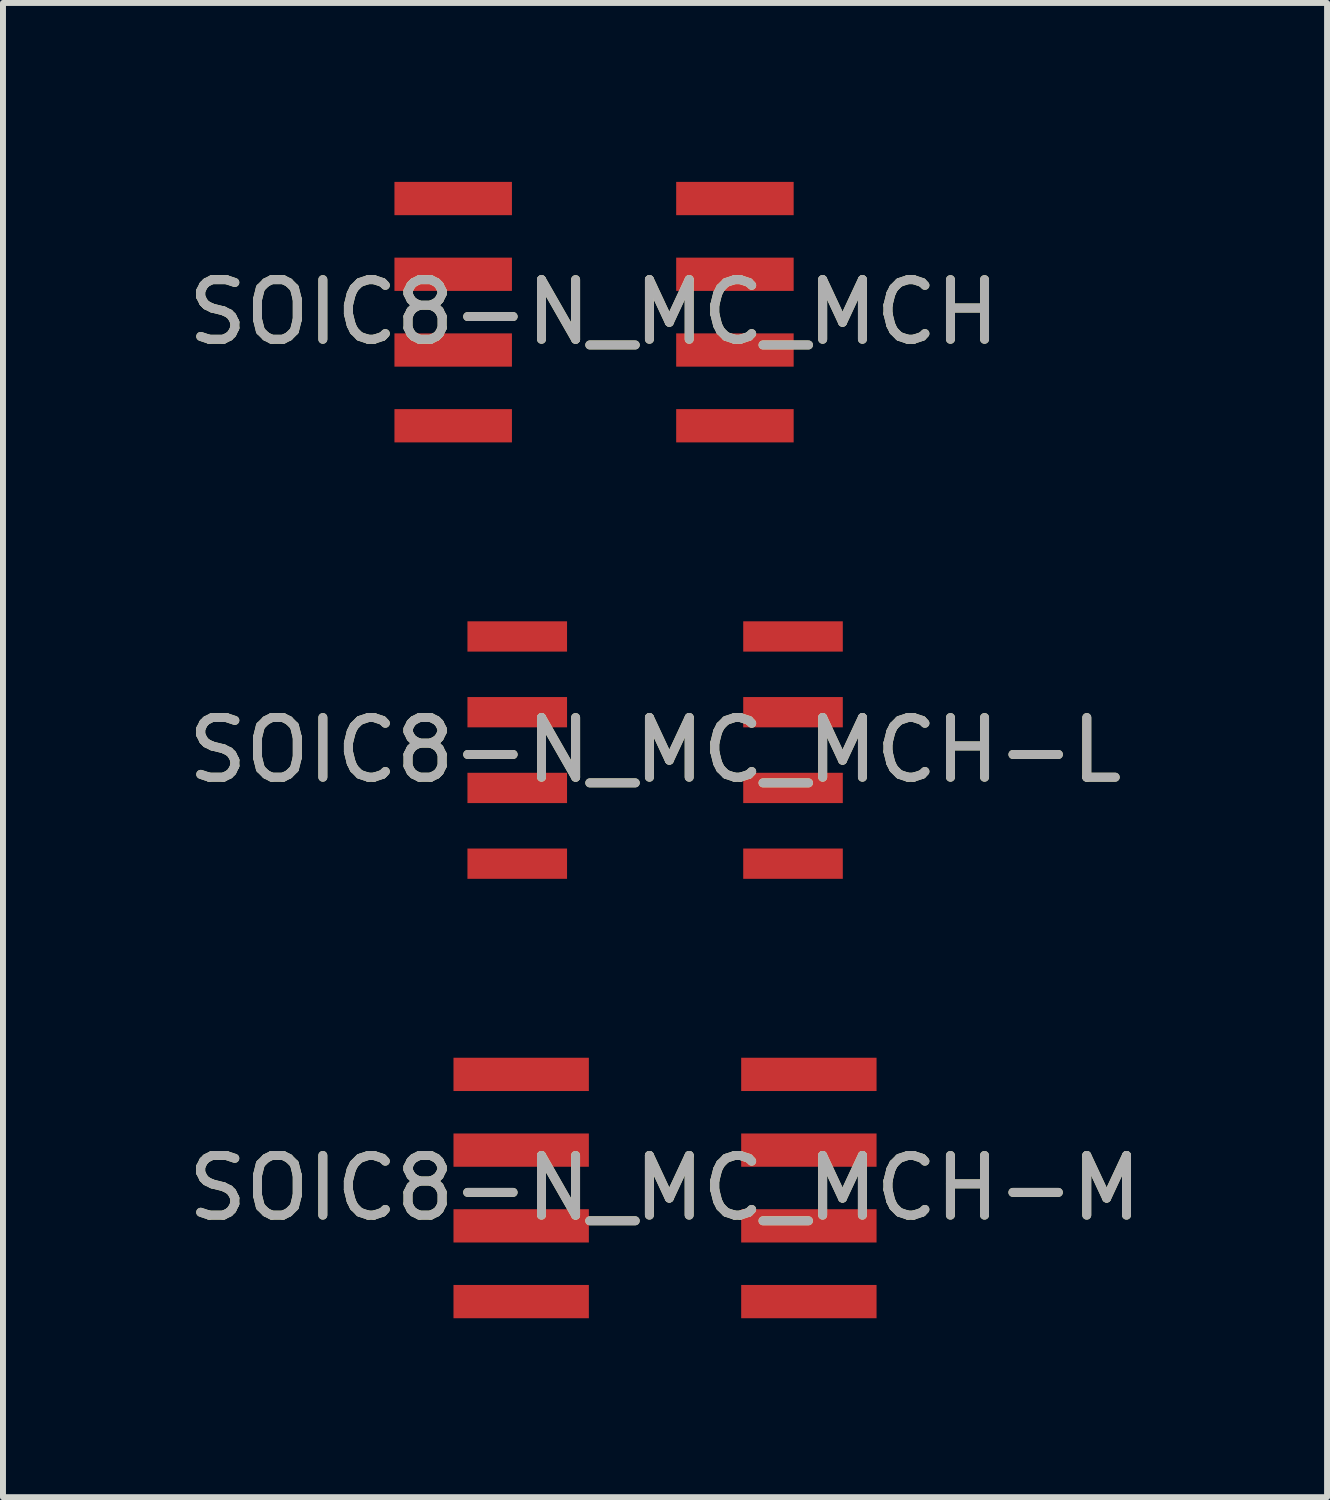
<source format=kicad_pcb>
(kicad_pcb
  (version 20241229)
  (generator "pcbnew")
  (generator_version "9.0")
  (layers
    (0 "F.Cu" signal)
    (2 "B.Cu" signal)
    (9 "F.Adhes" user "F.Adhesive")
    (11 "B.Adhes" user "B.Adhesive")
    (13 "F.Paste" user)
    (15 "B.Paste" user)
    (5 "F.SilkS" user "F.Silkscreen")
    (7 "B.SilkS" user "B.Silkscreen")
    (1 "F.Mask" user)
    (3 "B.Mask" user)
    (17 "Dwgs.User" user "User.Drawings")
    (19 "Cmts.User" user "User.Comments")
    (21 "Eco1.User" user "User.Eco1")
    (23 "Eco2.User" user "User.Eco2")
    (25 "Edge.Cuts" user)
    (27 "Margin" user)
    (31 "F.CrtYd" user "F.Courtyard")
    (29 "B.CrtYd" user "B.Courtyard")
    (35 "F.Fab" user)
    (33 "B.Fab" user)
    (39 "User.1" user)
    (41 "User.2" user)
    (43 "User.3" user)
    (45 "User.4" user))
  (footprint "SOIC8-N_MC_MCH"
    (layer "F.Cu")
    (at 6.911 2.184)
    (property "Reference" "SOIC8-N_MC_MCH" (at 0 0 0) (unlocked yes) (layer "F.SilkS") (effects (font (size 1 1) (thickness 0.15))))
    (attr smd)
    (fp_text user "${REFERENCE}" (at 0 0 0) (unlocked yes) (layer "F.Fab") (effects (font (size 1 1) (thickness 0.15))))
    (pad "1" smd rect (at -2.362 -1.905) (size 1.97 0.558) (layers "F.Cu" "F.Mask" "F.Paste"))
    (pad "2" smd rect (at -2.362 -0.635) (size 1.97 0.558) (layers "F.Cu" "F.Mask" "F.Paste"))
    (pad "3" smd rect (at -2.362 0.635) (size 1.97 0.558) (layers "F.Cu" "F.Mask" "F.Paste"))
    (pad "4" smd rect (at -2.362 1.905) (size 1.97 0.558) (layers "F.Cu" "F.Mask" "F.Paste"))
    (pad "5" smd rect (at 2.362 1.905) (size 1.97 0.558) (layers "F.Cu" "F.Mask" "F.Paste"))
    (pad "6" smd rect (at 2.362 0.635) (size 1.97 0.558) (layers "F.Cu" "F.Mask" "F.Paste"))
    (pad "7" smd rect (at 2.362 -0.635) (size 1.97 0.558) (layers "F.Cu" "F.Mask" "F.Paste"))
    (pad "8" smd rect (at 2.362 -1.905) (size 1.97 0.558) (layers "F.Cu" "F.Mask" "F.Paste")))
  (footprint "SOIC8-N_MC_MCH-M"
    (layer "F.Cu")
    (at 8.101 16.87)
    (property "Reference" "SOIC8-N_MC_MCH-M" (at 0 0 0) (unlocked yes) (layer "F.SilkS") (effects (font (size 1 1) (thickness 0.15))))
    (attr smd)
    (fp_text user "${REFERENCE}" (at 0 0 0) (unlocked yes) (layer "F.Fab") (effects (font (size 1 1) (thickness 0.15))))
    (pad "1" smd rect (at -2.412 -1.905) (size 2.27 0.558) (layers "F.Cu" "F.Mask" "F.Paste"))
    (pad "2" smd rect (at -2.412 -0.635) (size 2.27 0.558) (layers "F.Cu" "F.Mask" "F.Paste"))
    (pad "3" smd rect (at -2.412 0.635) (size 2.27 0.558) (layers "F.Cu" "F.Mask" "F.Paste"))
    (pad "4" smd rect (at -2.412 1.905) (size 2.27 0.558) (layers "F.Cu" "F.Mask" "F.Paste"))
    (pad "5" smd rect (at 2.412 1.905) (size 2.27 0.558) (layers "F.Cu" "F.Mask" "F.Paste"))
    (pad "6" smd rect (at 2.412 0.635) (size 2.27 0.558) (layers "F.Cu" "F.Mask" "F.Paste"))
    (pad "7" smd rect (at 2.412 -0.635) (size 2.27 0.558) (layers "F.Cu" "F.Mask" "F.Paste"))
    (pad "8" smd rect (at 2.412 -1.905) (size 2.27 0.558) (layers "F.Cu" "F.Mask" "F.Paste")))
  (footprint "SOIC8-N_MC_MCH-L"
    (layer "F.Cu")
    (at 7.935 9.527)
    (property "Reference" "SOIC8-N_MC_MCH-L" (at 0 0 0) (unlocked yes) (layer "F.SilkS") (effects (font (size 1 1) (thickness 0.15))))
    (attr smd)
    (fp_text user "${REFERENCE}" (at 0 0 0) (unlocked yes) (layer "F.Fab") (effects (font (size 1 1) (thickness 0.15))))
    (pad "1" smd rect (at -2.312 -1.905) (size 1.67 0.508) (layers "F.Cu" "F.Mask" "F.Paste"))
    (pad "2" smd rect (at -2.312 -0.635) (size 1.67 0.508) (layers "F.Cu" "F.Mask" "F.Paste"))
    (pad "3" smd rect (at -2.312 0.635) (size 1.67 0.508) (layers "F.Cu" "F.Mask" "F.Paste"))
    (pad "4" smd rect (at -2.312 1.905) (size 1.67 0.508) (layers "F.Cu" "F.Mask" "F.Paste"))
    (pad "5" smd rect (at 2.312 1.905) (size 1.67 0.508) (layers "F.Cu" "F.Mask" "F.Paste"))
    (pad "6" smd rect (at 2.312 0.635) (size 1.67 0.508) (layers "F.Cu" "F.Mask" "F.Paste"))
    (pad "7" smd rect (at 2.312 -0.635) (size 1.67 0.508) (layers "F.Cu" "F.Mask" "F.Paste"))
    (pad "8" smd rect (at 2.312 -1.905) (size 1.67 0.508) (layers "F.Cu" "F.Mask" "F.Paste")))
  (gr_rect
    (start -3 -3)
    (end 19.202 22.054)
    (stroke (width 0.1) (type default))
    (fill no)
    (layer "Edge.Cuts")))
</source>
